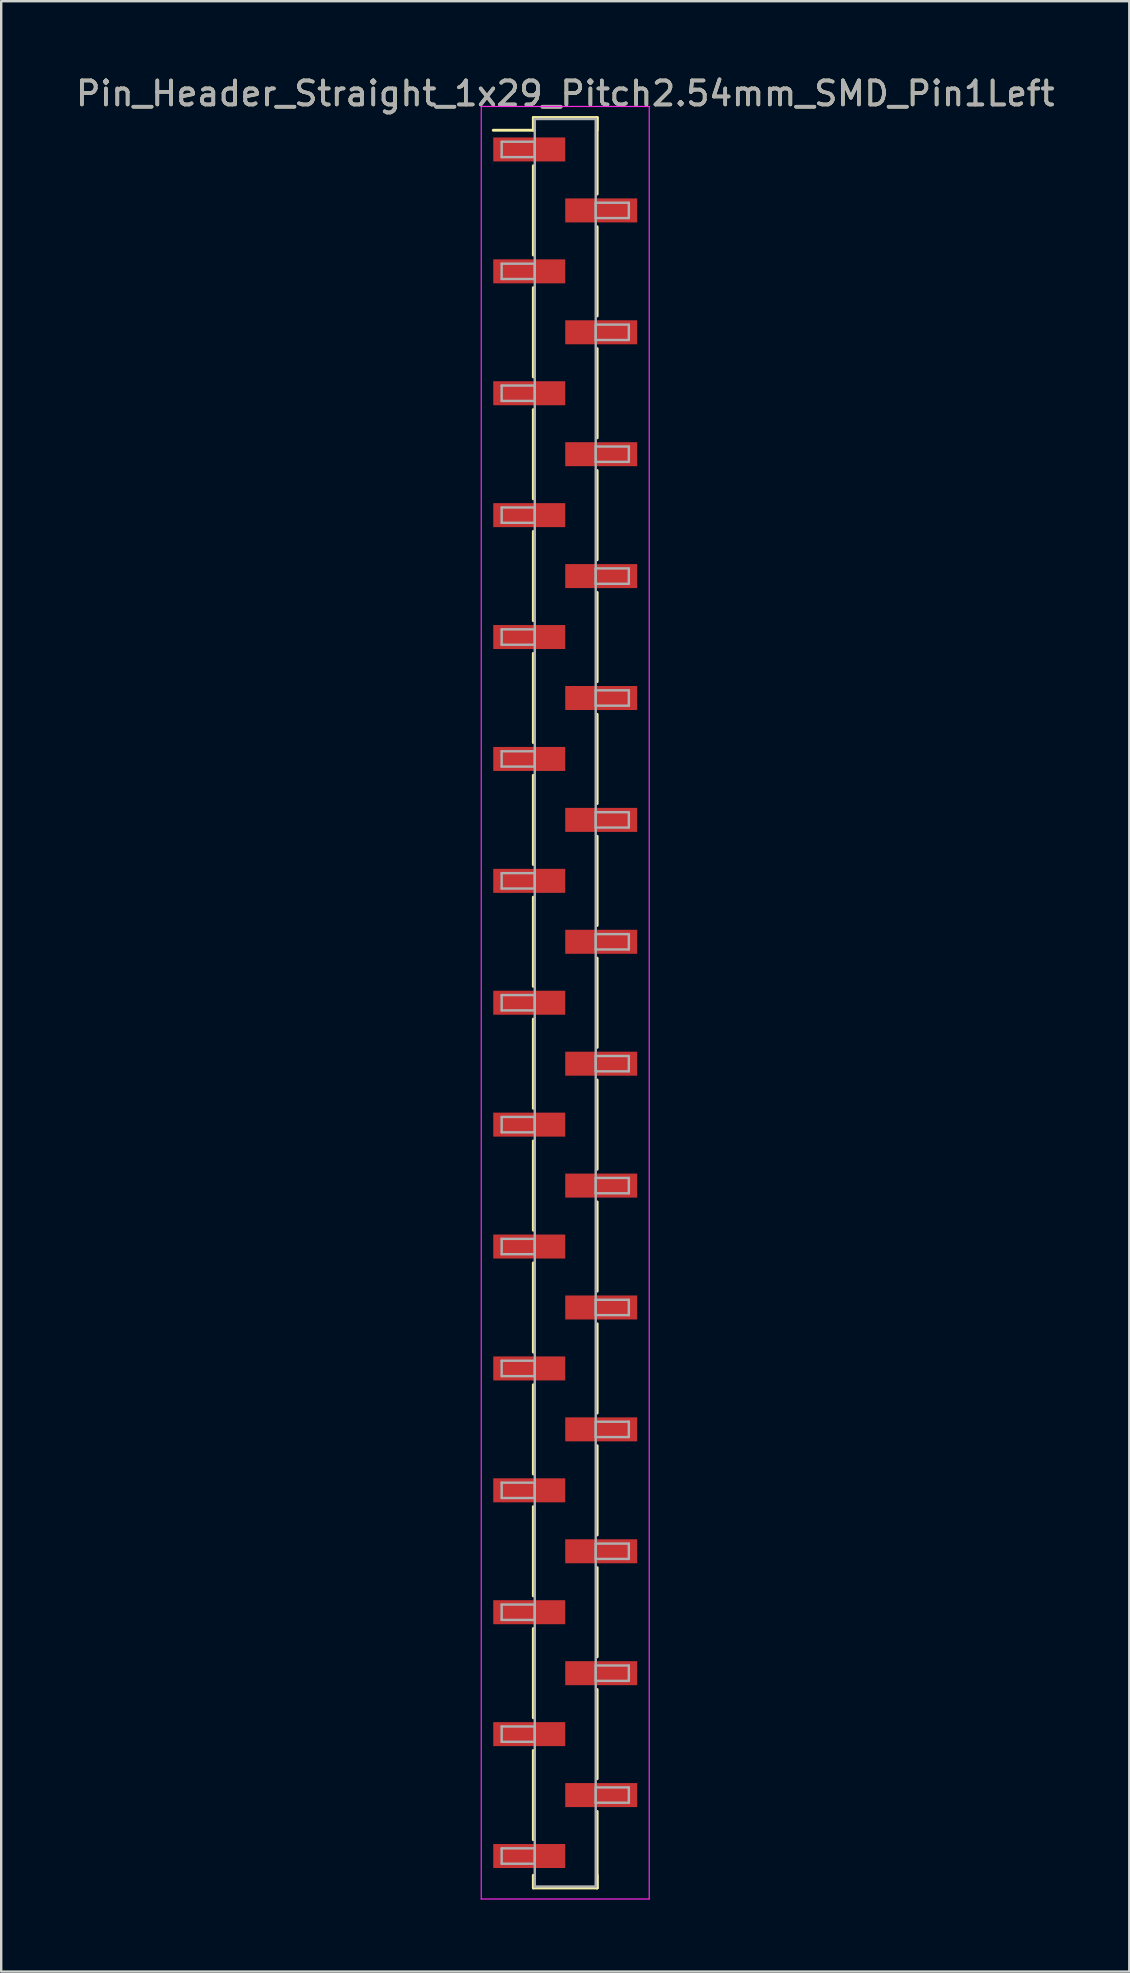
<source format=kicad_pcb>
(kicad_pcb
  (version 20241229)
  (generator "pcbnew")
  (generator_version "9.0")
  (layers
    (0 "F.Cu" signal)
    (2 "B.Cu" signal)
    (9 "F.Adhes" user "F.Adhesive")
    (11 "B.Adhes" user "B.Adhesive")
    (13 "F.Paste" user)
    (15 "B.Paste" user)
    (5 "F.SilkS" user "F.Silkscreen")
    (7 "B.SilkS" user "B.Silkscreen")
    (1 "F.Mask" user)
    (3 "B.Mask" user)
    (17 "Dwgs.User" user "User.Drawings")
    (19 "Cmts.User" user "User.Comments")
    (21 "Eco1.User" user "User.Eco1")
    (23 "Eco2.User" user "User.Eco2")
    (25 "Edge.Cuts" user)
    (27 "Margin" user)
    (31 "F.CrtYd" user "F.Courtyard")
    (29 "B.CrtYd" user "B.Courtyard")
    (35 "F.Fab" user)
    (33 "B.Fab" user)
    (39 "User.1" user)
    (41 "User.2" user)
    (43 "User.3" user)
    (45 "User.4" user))
  (footprint "Pin_Header_Straight_1x29_Pitch2.54mm_SMD_Pin1Left"
    (layer "F.Cu")
    (at 20.506 38.738)
    (property "Reference" "Pin_Header_Straight_1x29_Pitch2.54mm_SMD_Pin1Left" (at 0 -37.89 0) (layer "F.SilkS") (effects (font (size 1 1) (thickness 0.15))))
    (attr smd)
    (fp_line (start -1.33 -36.89) (end 1.33 -36.89) (stroke (width 0.12) (type solid)) (layer "F.SilkS"))
    (fp_line (start -1.33 -36.36) (end -3 -36.36) (stroke (width 0.12) (type solid)) (layer "F.SilkS"))
    (fp_line (start -1.33 -36.36) (end -1.33 -36.89) (stroke (width 0.12) (type solid)) (layer "F.SilkS"))
    (fp_line (start -1.33 -34.88) (end -1.33 -31.16) (stroke (width 0.12) (type solid)) (layer "F.SilkS"))
    (fp_line (start -1.33 -29.8) (end -1.33 -26.08) (stroke (width 0.12) (type solid)) (layer "F.SilkS"))
    (fp_line (start -1.33 -24.72) (end -1.33 -21) (stroke (width 0.12) (type solid)) (layer "F.SilkS"))
    (fp_line (start -1.33 -19.64) (end -1.33 -15.92) (stroke (width 0.12) (type solid)) (layer "F.SilkS"))
    (fp_line (start -1.33 -14.56) (end -1.33 -10.84) (stroke (width 0.12) (type solid)) (layer "F.SilkS"))
    (fp_line (start -1.33 -9.48) (end -1.33 -5.76) (stroke (width 0.12) (type solid)) (layer "F.SilkS"))
    (fp_line (start -1.33 -4.4) (end -1.33 -0.68) (stroke (width 0.12) (type solid)) (layer "F.SilkS"))
    (fp_line (start -1.33 0.68) (end -1.33 4.4) (stroke (width 0.12) (type solid)) (layer "F.SilkS"))
    (fp_line (start -1.33 5.76) (end -1.33 9.48) (stroke (width 0.12) (type solid)) (layer "F.SilkS"))
    (fp_line (start -1.33 10.84) (end -1.33 14.56) (stroke (width 0.12) (type solid)) (layer "F.SilkS"))
    (fp_line (start -1.33 15.92) (end -1.33 19.64) (stroke (width 0.12) (type solid)) (layer "F.SilkS"))
    (fp_line (start -1.33 21) (end -1.33 24.72) (stroke (width 0.12) (type solid)) (layer "F.SilkS"))
    (fp_line (start -1.33 26.08) (end -1.33 29.8) (stroke (width 0.12) (type solid)) (layer "F.SilkS"))
    (fp_line (start -1.33 31.16) (end -1.33 34.88) (stroke (width 0.12) (type solid)) (layer "F.SilkS"))
    (fp_line (start -1.33 36.36) (end -1.33 36.89) (stroke (width 0.12) (type solid)) (layer "F.SilkS"))
    (fp_line (start -1.33 36.89) (end 1.33 36.89) (stroke (width 0.12) (type solid)) (layer "F.SilkS"))
    (fp_line (start 1.33 -36.89) (end 1.33 -36.36) (stroke (width 0.12) (type solid)) (layer "F.SilkS"))
    (fp_line (start 1.33 -36.89) (end 1.33 -33.7) (stroke (width 0.12) (type solid)) (layer "F.SilkS"))
    (fp_line (start 1.33 -32.34) (end 1.33 -28.62) (stroke (width 0.12) (type solid)) (layer "F.SilkS"))
    (fp_line (start 1.33 -27.26) (end 1.33 -23.54) (stroke (width 0.12) (type solid)) (layer "F.SilkS"))
    (fp_line (start 1.33 -22.18) (end 1.33 -18.46) (stroke (width 0.12) (type solid)) (layer "F.SilkS"))
    (fp_line (start 1.33 -17.1) (end 1.33 -13.38) (stroke (width 0.12) (type solid)) (layer "F.SilkS"))
    (fp_line (start 1.33 -12.02) (end 1.33 -8.3) (stroke (width 0.12) (type solid)) (layer "F.SilkS"))
    (fp_line (start 1.33 -6.94) (end 1.33 -3.22) (stroke (width 0.12) (type solid)) (layer "F.SilkS"))
    (fp_line (start 1.33 -1.86) (end 1.33 1.86) (stroke (width 0.12) (type solid)) (layer "F.SilkS"))
    (fp_line (start 1.33 3.22) (end 1.33 6.94) (stroke (width 0.12) (type solid)) (layer "F.SilkS"))
    (fp_line (start 1.33 8.3) (end 1.33 12.02) (stroke (width 0.12) (type solid)) (layer "F.SilkS"))
    (fp_line (start 1.33 13.38) (end 1.33 17.1) (stroke (width 0.12) (type solid)) (layer "F.SilkS"))
    (fp_line (start 1.33 18.46) (end 1.33 22.18) (stroke (width 0.12) (type solid)) (layer "F.SilkS"))
    (fp_line (start 1.33 23.54) (end 1.33 27.26) (stroke (width 0.12) (type solid)) (layer "F.SilkS"))
    (fp_line (start 1.33 28.62) (end 1.33 32.34) (stroke (width 0.12) (type solid)) (layer "F.SilkS"))
    (fp_line (start 1.33 33.7) (end 1.33 36.89) (stroke (width 0.12) (type solid)) (layer "F.SilkS"))
    (fp_line (start 1.33 36.89) (end 1.33 36.36) (stroke (width 0.12) (type solid)) (layer "F.SilkS"))
    (fp_line (start -3.5 -37.35) (end -3.5 37.35) (stroke (width 0.05) (type solid)) (layer "F.CrtYd"))
    (fp_line (start -3.5 37.35) (end 3.5 37.35) (stroke (width 0.05) (type solid)) (layer "F.CrtYd"))
    (fp_line (start 3.5 -37.35) (end -3.5 -37.35) (stroke (width 0.05) (type solid)) (layer "F.CrtYd"))
    (fp_line (start 3.5 37.35) (end 3.5 -37.35) (stroke (width 0.05) (type solid)) (layer "F.CrtYd"))
    (fp_line (start -2.65 -35.88) (end -1.27 -35.88) (stroke (width 0.1) (type solid)) (layer "F.Fab"))
    (fp_line (start -2.65 -35.24) (end -2.65 -35.88) (stroke (width 0.1) (type solid)) (layer "F.Fab"))
    (fp_line (start -2.65 -30.8) (end -1.27 -30.8) (stroke (width 0.1) (type solid)) (layer "F.Fab"))
    (fp_line (start -2.65 -30.16) (end -2.65 -30.8) (stroke (width 0.1) (type solid)) (layer "F.Fab"))
    (fp_line (start -2.65 -25.72) (end -1.27 -25.72) (stroke (width 0.1) (type solid)) (layer "F.Fab"))
    (fp_line (start -2.65 -25.08) (end -2.65 -25.72) (stroke (width 0.1) (type solid)) (layer "F.Fab"))
    (fp_line (start -2.65 -20.64) (end -1.27 -20.64) (stroke (width 0.1) (type solid)) (layer "F.Fab"))
    (fp_line (start -2.65 -20) (end -2.65 -20.64) (stroke (width 0.1) (type solid)) (layer "F.Fab"))
    (fp_line (start -2.65 -15.56) (end -1.27 -15.56) (stroke (width 0.1) (type solid)) (layer "F.Fab"))
    (fp_line (start -2.65 -14.92) (end -2.65 -15.56) (stroke (width 0.1) (type solid)) (layer "F.Fab"))
    (fp_line (start -2.65 -10.48) (end -1.27 -10.48) (stroke (width 0.1) (type solid)) (layer "F.Fab"))
    (fp_line (start -2.65 -9.84) (end -2.65 -10.48) (stroke (width 0.1) (type solid)) (layer "F.Fab"))
    (fp_line (start -2.65 -5.4) (end -1.27 -5.4) (stroke (width 0.1) (type solid)) (layer "F.Fab"))
    (fp_line (start -2.65 -4.76) (end -2.65 -5.4) (stroke (width 0.1) (type solid)) (layer "F.Fab"))
    (fp_line (start -2.65 -0.32) (end -1.27 -0.32) (stroke (width 0.1) (type solid)) (layer "F.Fab"))
    (fp_line (start -2.65 0.32) (end -2.65 -0.32) (stroke (width 0.1) (type solid)) (layer "F.Fab"))
    (fp_line (start -2.65 4.76) (end -1.27 4.76) (stroke (width 0.1) (type solid)) (layer "F.Fab"))
    (fp_line (start -2.65 5.4) (end -2.65 4.76) (stroke (width 0.1) (type solid)) (layer "F.Fab"))
    (fp_line (start -2.65 9.84) (end -1.27 9.84) (stroke (width 0.1) (type solid)) (layer "F.Fab"))
    (fp_line (start -2.65 10.48) (end -2.65 9.84) (stroke (width 0.1) (type solid)) (layer "F.Fab"))
    (fp_line (start -2.65 14.92) (end -1.27 14.92) (stroke (width 0.1) (type solid)) (layer "F.Fab"))
    (fp_line (start -2.65 15.56) (end -2.65 14.92) (stroke (width 0.1) (type solid)) (layer "F.Fab"))
    (fp_line (start -2.65 20) (end -1.27 20) (stroke (width 0.1) (type solid)) (layer "F.Fab"))
    (fp_line (start -2.65 20.64) (end -2.65 20) (stroke (width 0.1) (type solid)) (layer "F.Fab"))
    (fp_line (start -2.65 25.08) (end -1.27 25.08) (stroke (width 0.1) (type solid)) (layer "F.Fab"))
    (fp_line (start -2.65 25.72) (end -2.65 25.08) (stroke (width 0.1) (type solid)) (layer "F.Fab"))
    (fp_line (start -2.65 30.16) (end -1.27 30.16) (stroke (width 0.1) (type solid)) (layer "F.Fab"))
    (fp_line (start -2.65 30.8) (end -2.65 30.16) (stroke (width 0.1) (type solid)) (layer "F.Fab"))
    (fp_line (start -2.65 35.24) (end -1.27 35.24) (stroke (width 0.1) (type solid)) (layer "F.Fab"))
    (fp_line (start -2.65 35.88) (end -2.65 35.24) (stroke (width 0.1) (type solid)) (layer "F.Fab"))
    (fp_line (start -1.27 -36.83) (end -1.27 36.83) (stroke (width 0.1) (type solid)) (layer "F.Fab"))
    (fp_line (start -1.27 -35.88) (end -1.27 -35.24) (stroke (width 0.1) (type solid)) (layer "F.Fab"))
    (fp_line (start -1.27 -35.24) (end -2.65 -35.24) (stroke (width 0.1) (type solid)) (layer "F.Fab"))
    (fp_line (start -1.27 -30.8) (end -1.27 -30.16) (stroke (width 0.1) (type solid)) (layer "F.Fab"))
    (fp_line (start -1.27 -30.16) (end -2.65 -30.16) (stroke (width 0.1) (type solid)) (layer "F.Fab"))
    (fp_line (start -1.27 -25.72) (end -1.27 -25.08) (stroke (width 0.1) (type solid)) (layer "F.Fab"))
    (fp_line (start -1.27 -25.08) (end -2.65 -25.08) (stroke (width 0.1) (type solid)) (layer "F.Fab"))
    (fp_line (start -1.27 -20.64) (end -1.27 -20) (stroke (width 0.1) (type solid)) (layer "F.Fab"))
    (fp_line (start -1.27 -20) (end -2.65 -20) (stroke (width 0.1) (type solid)) (layer "F.Fab"))
    (fp_line (start -1.27 -15.56) (end -1.27 -14.92) (stroke (width 0.1) (type solid)) (layer "F.Fab"))
    (fp_line (start -1.27 -14.92) (end -2.65 -14.92) (stroke (width 0.1) (type solid)) (layer "F.Fab"))
    (fp_line (start -1.27 -10.48) (end -1.27 -9.84) (stroke (width 0.1) (type solid)) (layer "F.Fab"))
    (fp_line (start -1.27 -9.84) (end -2.65 -9.84) (stroke (width 0.1) (type solid)) (layer "F.Fab"))
    (fp_line (start -1.27 -5.4) (end -1.27 -4.76) (stroke (width 0.1) (type solid)) (layer "F.Fab"))
    (fp_line (start -1.27 -4.76) (end -2.65 -4.76) (stroke (width 0.1) (type solid)) (layer "F.Fab"))
    (fp_line (start -1.27 -0.32) (end -1.27 0.32) (stroke (width 0.1) (type solid)) (layer "F.Fab"))
    (fp_line (start -1.27 0.32) (end -2.65 0.32) (stroke (width 0.1) (type solid)) (layer "F.Fab"))
    (fp_line (start -1.27 4.76) (end -1.27 5.4) (stroke (width 0.1) (type solid)) (layer "F.Fab"))
    (fp_line (start -1.27 5.4) (end -2.65 5.4) (stroke (width 0.1) (type solid)) (layer "F.Fab"))
    (fp_line (start -1.27 9.84) (end -1.27 10.48) (stroke (width 0.1) (type solid)) (layer "F.Fab"))
    (fp_line (start -1.27 10.48) (end -2.65 10.48) (stroke (width 0.1) (type solid)) (layer "F.Fab"))
    (fp_line (start -1.27 14.92) (end -1.27 15.56) (stroke (width 0.1) (type solid)) (layer "F.Fab"))
    (fp_line (start -1.27 15.56) (end -2.65 15.56) (stroke (width 0.1) (type solid)) (layer "F.Fab"))
    (fp_line (start -1.27 20) (end -1.27 20.64) (stroke (width 0.1) (type solid)) (layer "F.Fab"))
    (fp_line (start -1.27 20.64) (end -2.65 20.64) (stroke (width 0.1) (type solid)) (layer "F.Fab"))
    (fp_line (start -1.27 25.08) (end -1.27 25.72) (stroke (width 0.1) (type solid)) (layer "F.Fab"))
    (fp_line (start -1.27 25.72) (end -2.65 25.72) (stroke (width 0.1) (type solid)) (layer "F.Fab"))
    (fp_line (start -1.27 30.16) (end -1.27 30.8) (stroke (width 0.1) (type solid)) (layer "F.Fab"))
    (fp_line (start -1.27 30.8) (end -2.65 30.8) (stroke (width 0.1) (type solid)) (layer "F.Fab"))
    (fp_line (start -1.27 35.24) (end -1.27 35.88) (stroke (width 0.1) (type solid)) (layer "F.Fab"))
    (fp_line (start -1.27 35.88) (end -2.65 35.88) (stroke (width 0.1) (type solid)) (layer "F.Fab"))
    (fp_line (start -1.27 36.83) (end 1.27 36.83) (stroke (width 0.1) (type solid)) (layer "F.Fab"))
    (fp_line (start 1.27 -36.83) (end -1.27 -36.83) (stroke (width 0.1) (type solid)) (layer "F.Fab"))
    (fp_line (start 1.27 -33.34) (end 1.27 -32.7) (stroke (width 0.1) (type solid)) (layer "F.Fab"))
    (fp_line (start 1.27 -32.7) (end 2.65 -32.7) (stroke (width 0.1) (type solid)) (layer "F.Fab"))
    (fp_line (start 1.27 -28.26) (end 1.27 -27.62) (stroke (width 0.1) (type solid)) (layer "F.Fab"))
    (fp_line (start 1.27 -27.62) (end 2.65 -27.62) (stroke (width 0.1) (type solid)) (layer "F.Fab"))
    (fp_line (start 1.27 -23.18) (end 1.27 -22.54) (stroke (width 0.1) (type solid)) (layer "F.Fab"))
    (fp_line (start 1.27 -22.54) (end 2.65 -22.54) (stroke (width 0.1) (type solid)) (layer "F.Fab"))
    (fp_line (start 1.27 -18.1) (end 1.27 -17.46) (stroke (width 0.1) (type solid)) (layer "F.Fab"))
    (fp_line (start 1.27 -17.46) (end 2.65 -17.46) (stroke (width 0.1) (type solid)) (layer "F.Fab"))
    (fp_line (start 1.27 -13.02) (end 1.27 -12.38) (stroke (width 0.1) (type solid)) (layer "F.Fab"))
    (fp_line (start 1.27 -12.38) (end 2.65 -12.38) (stroke (width 0.1) (type solid)) (layer "F.Fab"))
    (fp_line (start 1.27 -7.94) (end 1.27 -7.3) (stroke (width 0.1) (type solid)) (layer "F.Fab"))
    (fp_line (start 1.27 -7.3) (end 2.65 -7.3) (stroke (width 0.1) (type solid)) (layer "F.Fab"))
    (fp_line (start 1.27 -2.86) (end 1.27 -2.22) (stroke (width 0.1) (type solid)) (layer "F.Fab"))
    (fp_line (start 1.27 -2.22) (end 2.65 -2.22) (stroke (width 0.1) (type solid)) (layer "F.Fab"))
    (fp_line (start 1.27 2.22) (end 1.27 2.86) (stroke (width 0.1) (type solid)) (layer "F.Fab"))
    (fp_line (start 1.27 2.86) (end 2.65 2.86) (stroke (width 0.1) (type solid)) (layer "F.Fab"))
    (fp_line (start 1.27 7.3) (end 1.27 7.94) (stroke (width 0.1) (type solid)) (layer "F.Fab"))
    (fp_line (start 1.27 7.94) (end 2.65 7.94) (stroke (width 0.1) (type solid)) (layer "F.Fab"))
    (fp_line (start 1.27 12.38) (end 1.27 13.02) (stroke (width 0.1) (type solid)) (layer "F.Fab"))
    (fp_line (start 1.27 13.02) (end 2.65 13.02) (stroke (width 0.1) (type solid)) (layer "F.Fab"))
    (fp_line (start 1.27 17.46) (end 1.27 18.1) (stroke (width 0.1) (type solid)) (layer "F.Fab"))
    (fp_line (start 1.27 18.1) (end 2.65 18.1) (stroke (width 0.1) (type solid)) (layer "F.Fab"))
    (fp_line (start 1.27 22.54) (end 1.27 23.18) (stroke (width 0.1) (type solid)) (layer "F.Fab"))
    (fp_line (start 1.27 23.18) (end 2.65 23.18) (stroke (width 0.1) (type solid)) (layer "F.Fab"))
    (fp_line (start 1.27 27.62) (end 1.27 28.26) (stroke (width 0.1) (type solid)) (layer "F.Fab"))
    (fp_line (start 1.27 28.26) (end 2.65 28.26) (stroke (width 0.1) (type solid)) (layer "F.Fab"))
    (fp_line (start 1.27 32.7) (end 1.27 33.34) (stroke (width 0.1) (type solid)) (layer "F.Fab"))
    (fp_line (start 1.27 33.34) (end 2.65 33.34) (stroke (width 0.1) (type solid)) (layer "F.Fab"))
    (fp_line (start 1.27 36.83) (end 1.27 -36.83) (stroke (width 0.1) (type solid)) (layer "F.Fab"))
    (fp_line (start 2.65 -33.34) (end 1.27 -33.34) (stroke (width 0.1) (type solid)) (layer "F.Fab"))
    (fp_line (start 2.65 -32.7) (end 2.65 -33.34) (stroke (width 0.1) (type solid)) (layer "F.Fab"))
    (fp_line (start 2.65 -28.26) (end 1.27 -28.26) (stroke (width 0.1) (type solid)) (layer "F.Fab"))
    (fp_line (start 2.65 -27.62) (end 2.65 -28.26) (stroke (width 0.1) (type solid)) (layer "F.Fab"))
    (fp_line (start 2.65 -23.18) (end 1.27 -23.18) (stroke (width 0.1) (type solid)) (layer "F.Fab"))
    (fp_line (start 2.65 -22.54) (end 2.65 -23.18) (stroke (width 0.1) (type solid)) (layer "F.Fab"))
    (fp_line (start 2.65 -18.1) (end 1.27 -18.1) (stroke (width 0.1) (type solid)) (layer "F.Fab"))
    (fp_line (start 2.65 -17.46) (end 2.65 -18.1) (stroke (width 0.1) (type solid)) (layer "F.Fab"))
    (fp_line (start 2.65 -13.02) (end 1.27 -13.02) (stroke (width 0.1) (type solid)) (layer "F.Fab"))
    (fp_line (start 2.65 -12.38) (end 2.65 -13.02) (stroke (width 0.1) (type solid)) (layer "F.Fab"))
    (fp_line (start 2.65 -7.94) (end 1.27 -7.94) (stroke (width 0.1) (type solid)) (layer "F.Fab"))
    (fp_line (start 2.65 -7.3) (end 2.65 -7.94) (stroke (width 0.1) (type solid)) (layer "F.Fab"))
    (fp_line (start 2.65 -2.86) (end 1.27 -2.86) (stroke (width 0.1) (type solid)) (layer "F.Fab"))
    (fp_line (start 2.65 -2.22) (end 2.65 -2.86) (stroke (width 0.1) (type solid)) (layer "F.Fab"))
    (fp_line (start 2.65 2.22) (end 1.27 2.22) (stroke (width 0.1) (type solid)) (layer "F.Fab"))
    (fp_line (start 2.65 2.86) (end 2.65 2.22) (stroke (width 0.1) (type solid)) (layer "F.Fab"))
    (fp_line (start 2.65 7.3) (end 1.27 7.3) (stroke (width 0.1) (type solid)) (layer "F.Fab"))
    (fp_line (start 2.65 7.94) (end 2.65 7.3) (stroke (width 0.1) (type solid)) (layer "F.Fab"))
    (fp_line (start 2.65 12.38) (end 1.27 12.38) (stroke (width 0.1) (type solid)) (layer "F.Fab"))
    (fp_line (start 2.65 13.02) (end 2.65 12.38) (stroke (width 0.1) (type solid)) (layer "F.Fab"))
    (fp_line (start 2.65 17.46) (end 1.27 17.46) (stroke (width 0.1) (type solid)) (layer "F.Fab"))
    (fp_line (start 2.65 18.1) (end 2.65 17.46) (stroke (width 0.1) (type solid)) (layer "F.Fab"))
    (fp_line (start 2.65 22.54) (end 1.27 22.54) (stroke (width 0.1) (type solid)) (layer "F.Fab"))
    (fp_line (start 2.65 23.18) (end 2.65 22.54) (stroke (width 0.1) (type solid)) (layer "F.Fab"))
    (fp_line (start 2.65 27.62) (end 1.27 27.62) (stroke (width 0.1) (type solid)) (layer "F.Fab"))
    (fp_line (start 2.65 28.26) (end 2.65 27.62) (stroke (width 0.1) (type solid)) (layer "F.Fab"))
    (fp_line (start 2.65 32.7) (end 1.27 32.7) (stroke (width 0.1) (type solid)) (layer "F.Fab"))
    (fp_line (start 2.65 33.34) (end 2.65 32.7) (stroke (width 0.1) (type solid)) (layer "F.Fab"))
    (fp_text user "${REFERENCE}" (at 0 -37.89 0) (layer "F.Fab") (effects (font (size 1 1) (thickness 0.15))))
    (pad "1" smd rect (at -1.5 -35.56) (size 3 1) (layers "F.Cu" "F.Mask" "F.Paste"))
    (pad "2" smd rect (at 1.5 -33.02) (size 3 1) (layers "F.Cu" "F.Mask" "F.Paste"))
    (pad "3" smd rect (at -1.5 -30.48) (size 3 1) (layers "F.Cu" "F.Mask" "F.Paste"))
    (pad "4" smd rect (at 1.5 -27.94) (size 3 1) (layers "F.Cu" "F.Mask" "F.Paste"))
    (pad "5" smd rect (at -1.5 -25.4) (size 3 1) (layers "F.Cu" "F.Mask" "F.Paste"))
    (pad "6" smd rect (at 1.5 -22.86) (size 3 1) (layers "F.Cu" "F.Mask" "F.Paste"))
    (pad "7" smd rect (at -1.5 -20.32) (size 3 1) (layers "F.Cu" "F.Mask" "F.Paste"))
    (pad "8" smd rect (at 1.5 -17.78) (size 3 1) (layers "F.Cu" "F.Mask" "F.Paste"))
    (pad "9" smd rect (at -1.5 -15.24) (size 3 1) (layers "F.Cu" "F.Mask" "F.Paste"))
    (pad "10" smd rect (at 1.5 -12.7) (size 3 1) (layers "F.Cu" "F.Mask" "F.Paste"))
    (pad "11" smd rect (at -1.5 -10.16) (size 3 1) (layers "F.Cu" "F.Mask" "F.Paste"))
    (pad "12" smd rect (at 1.5 -7.62) (size 3 1) (layers "F.Cu" "F.Mask" "F.Paste"))
    (pad "13" smd rect (at -1.5 -5.08) (size 3 1) (layers "F.Cu" "F.Mask" "F.Paste"))
    (pad "14" smd rect (at 1.5 -2.54) (size 3 1) (layers "F.Cu" "F.Mask" "F.Paste"))
    (pad "15" smd rect (at -1.5 0) (size 3 1) (layers "F.Cu" "F.Mask" "F.Paste"))
    (pad "16" smd rect (at 1.5 2.54) (size 3 1) (layers "F.Cu" "F.Mask" "F.Paste"))
    (pad "17" smd rect (at -1.5 5.08) (size 3 1) (layers "F.Cu" "F.Mask" "F.Paste"))
    (pad "18" smd rect (at 1.5 7.62) (size 3 1) (layers "F.Cu" "F.Mask" "F.Paste"))
    (pad "19" smd rect (at -1.5 10.16) (size 3 1) (layers "F.Cu" "F.Mask" "F.Paste"))
    (pad "20" smd rect (at 1.5 12.7) (size 3 1) (layers "F.Cu" "F.Mask" "F.Paste"))
    (pad "21" smd rect (at -1.5 15.24) (size 3 1) (layers "F.Cu" "F.Mask" "F.Paste"))
    (pad "22" smd rect (at 1.5 17.78) (size 3 1) (layers "F.Cu" "F.Mask" "F.Paste"))
    (pad "23" smd rect (at -1.5 20.32) (size 3 1) (layers "F.Cu" "F.Mask" "F.Paste"))
    (pad "24" smd rect (at 1.5 22.86) (size 3 1) (layers "F.Cu" "F.Mask" "F.Paste"))
    (pad "25" smd rect (at -1.5 25.4) (size 3 1) (layers "F.Cu" "F.Mask" "F.Paste"))
    (pad "26" smd rect (at 1.5 27.94) (size 3 1) (layers "F.Cu" "F.Mask" "F.Paste"))
    (pad "27" smd rect (at -1.5 30.48) (size 3 1) (layers "F.Cu" "F.Mask" "F.Paste"))
    (pad "28" smd rect (at 1.5 33.02) (size 3 1) (layers "F.Cu" "F.Mask" "F.Paste"))
    (pad "29" smd rect (at -1.5 35.56) (size 3 1) (layers "F.Cu" "F.Mask" "F.Paste")))
  (gr_rect
    (start -3 -3)
    (end 44.012 79.113)
    (stroke (width 0.1) (type default))
    (fill no)
    (layer "Edge.Cuts")))
</source>
